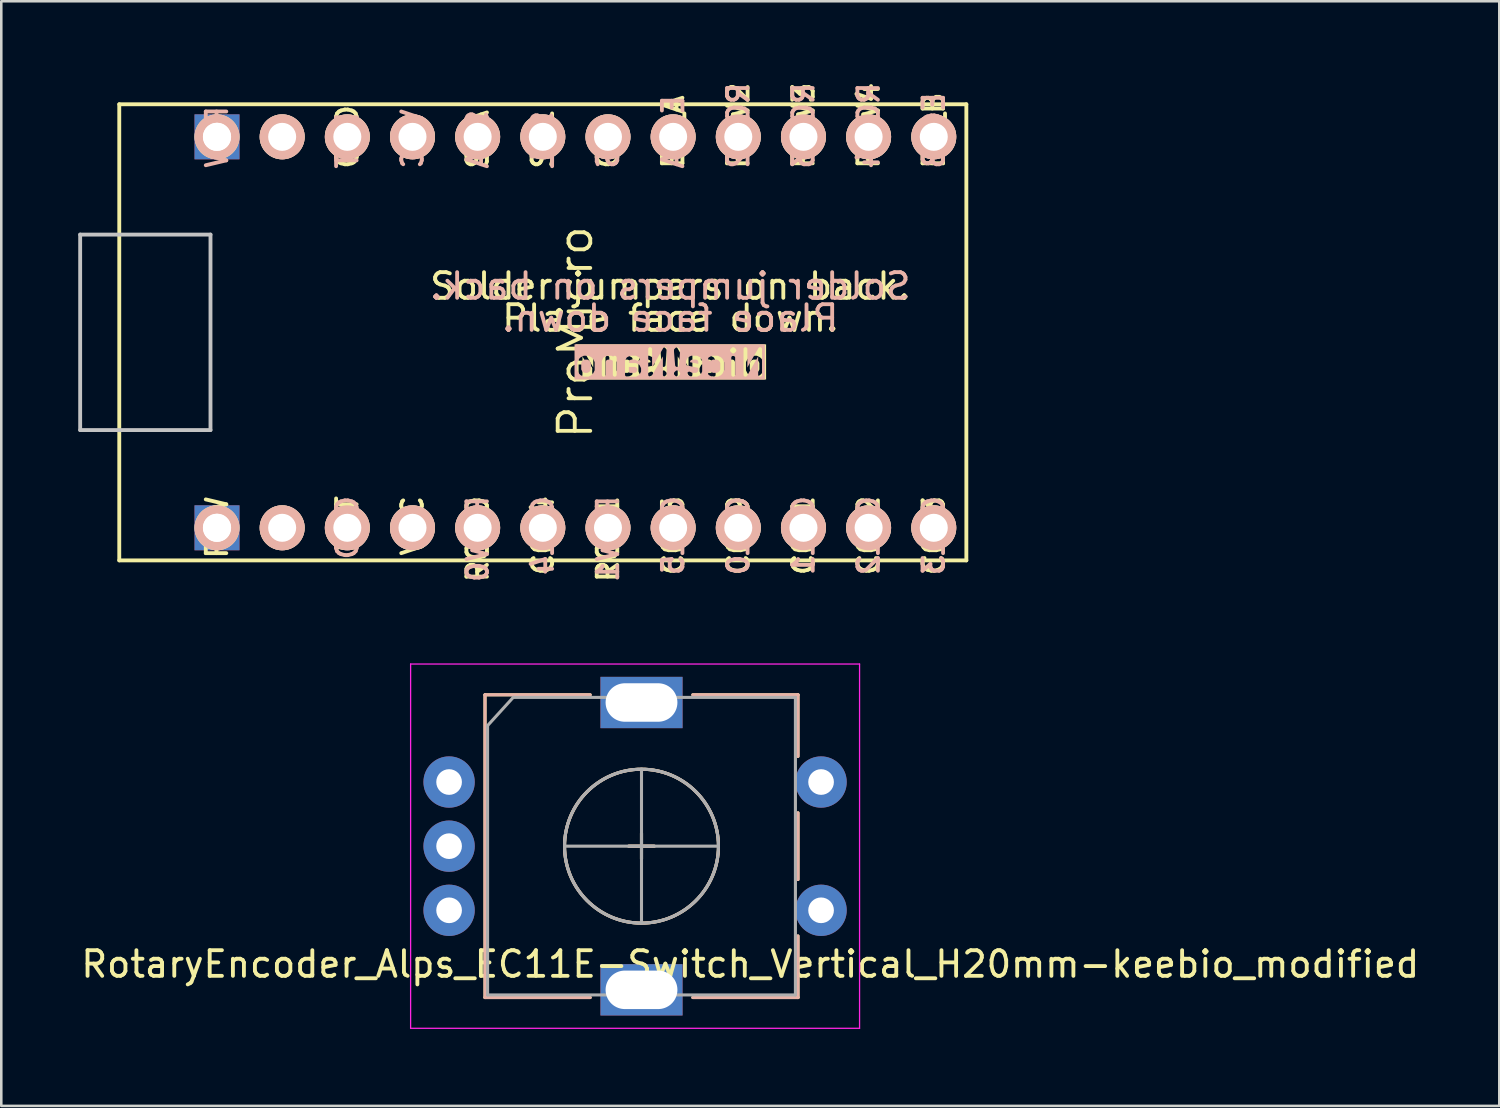
<source format=kicad_pcb>
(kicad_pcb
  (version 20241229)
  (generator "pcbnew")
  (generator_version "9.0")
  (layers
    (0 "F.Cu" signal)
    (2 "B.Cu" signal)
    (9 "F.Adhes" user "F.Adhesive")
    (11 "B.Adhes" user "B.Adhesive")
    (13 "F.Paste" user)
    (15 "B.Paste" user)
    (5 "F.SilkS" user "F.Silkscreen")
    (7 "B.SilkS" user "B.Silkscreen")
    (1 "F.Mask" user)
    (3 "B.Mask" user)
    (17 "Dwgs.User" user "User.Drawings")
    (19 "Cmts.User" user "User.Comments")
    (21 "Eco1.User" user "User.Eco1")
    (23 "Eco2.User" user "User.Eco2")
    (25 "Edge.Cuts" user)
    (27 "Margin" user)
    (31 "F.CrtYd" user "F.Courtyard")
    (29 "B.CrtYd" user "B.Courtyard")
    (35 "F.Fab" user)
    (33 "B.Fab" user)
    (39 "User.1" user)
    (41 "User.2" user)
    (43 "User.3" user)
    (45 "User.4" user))
  (footprint "ProMicro"
    (layer "F.Cu")
    (at 19.379 9.904)
    (property "Reference" "ProMicro" (at 0 0 90) (layer "F.SilkS") (effects (font (size 1.27 1.27) (thickness 0.15))))
    (attr through_hole)
    (fp_line (start -17.78 -8.89) (end -17.78 8.89) (stroke (width 0.15) (type solid)) (layer "F.SilkS"))
    (fp_line (start -17.78 8.89) (end 15.24 8.89) (stroke (width 0.15) (type solid)) (layer "F.SilkS"))
    (fp_line (start 15.24 -8.89) (end -17.78 -8.89) (stroke (width 0.15) (type solid)) (layer "F.SilkS"))
    (fp_line (start 15.24 8.89) (end 15.24 -8.89) (stroke (width 0.15) (type solid)) (layer "F.SilkS"))
    (fp_line (start -19.304 -3.81) (end -14.224 -3.81) (stroke (width 0.15) (type solid)) (layer "Dwgs.User"))
    (fp_line (start -19.304 3.81) (end -19.304 -3.81) (stroke (width 0.15) (type solid)) (layer "Dwgs.User"))
    (fp_line (start -14.224 -3.81) (end -14.224 3.81) (stroke (width 0.15) (type solid)) (layer "Dwgs.User"))
    (fp_line (start -14.224 3.81) (end -19.304 3.81) (stroke (width 0.15) (type solid)) (layer "Dwgs.User"))
    (fp_text user "RAW" (at -13.97 6.3 90) (layer "F.SilkS") (effects (font (size 0.8 0.8) (thickness 0.15)) (justify right)))
    (fp_text user "VCC" (at -6.35 6.3 90) (layer "F.SilkS") (effects (font (size 0.8 0.8) (thickness 0.15)) (justify right)))
    (fp_text user "COL4" (at -1.27 6.3 90) (layer "F.SilkS") (effects (font (size 0.8 0.8) (thickness 0.15)) (justify right)))
    (fp_text user "COL9" (at 6.35 6.3 90) (layer "F.SilkS") (effects (font (size 0.8 0.8) (thickness 0.15)) (justify right)))
    (fp_text user "COL3" (at 13.97 6.3 90) (layer "F.SilkS") (effects (font (size 0.8 0.8) (thickness 0.15)) (justify right)))
    (fp_text user "COL5" (at 3.81 6.3 90) (layer "F.SilkS") (effects (font (size 0.8 0.8) (thickness 0.15)) (justify right)))
    (fp_text user "ROW1" (at 1.27 6.3 90) (layer "F.SilkS") (effects (font (size 0.8 0.8) (thickness 0.15)) (justify right)))
    (fp_text user "ROW3" (at 8.89 -6.3 90) (layer "F.SilkS") (effects (font (size 0.8 0.8) (thickness 0.15)) (justify left)))
    (fp_text user "Place face down." (at 3.7 -0.55 0) (layer "F.SilkS") (effects (font (size 1 1) (thickness 0.15))))
    (fp_text user "EC_B" (at 13.97 -6.3 90) (layer "F.SilkS") (effects (font (size 0.8 0.8) (thickness 0.15)) (justify left)))
    (fp_text user "ROW4" (at 11.43 -6.3 90) (layer "F.SilkS") (effects (font (size 0.8 0.8) (thickness 0.15)) (justify left)))
    (fp_text user "COL2" (at 11.43 6.3 90) (layer "F.SilkS") (effects (font (size 0.8 0.8) (thickness 0.15)) (justify right)))
    (fp_text user "ROW2" (at 6.35 -6.3 90) (layer "F.SilkS") (effects (font (size 0.8 0.8) (thickness 0.15)) (justify left)))
    (fp_text user "RST" (at -8.89 6.3 90) (layer "F.SilkS") (effects (font (size 0.8 0.8) (thickness 0.15)) (justify right)))
    (fp_text user "ROW0" (at -3.81 6.3 90) (layer "F.SilkS") (effects (font (size 0.8 0.8) (thickness 0.15)) (justify right)))
    (fp_text user "CS" (at 1.27 -6.3 90) (layer "F.SilkS") (effects (font (size 0.8 0.8) (thickness 0.15)) (justify left)))
    (fp_text user "SCL" (at -1.27 -6.3 90) (layer "F.SilkS") (effects (font (size 0.8 0.8) (thickness 0.15)) (justify left)))
    (fp_text user "Nice!Nano" (at 3.7 1.2 0) (layer "F.SilkS" knockout) (effects (font (size 1 1) (thickness 0.15))))
    (fp_text user "Solder jumpers on back." (at 3.7 -1.8 0) (layer "F.SilkS") (effects (font (size 1 1) (thickness 0.15))))
    (fp_text user "COL1" (at 8.89 6.3 90) (layer "F.SilkS") (effects (font (size 0.8 0.8) (thickness 0.15)) (justify right)))
    (fp_text user "EC_A" (at 3.81 -6.3 90) (layer "F.SilkS") (effects (font (size 0.8 0.8) (thickness 0.15)) (justify left)))
    (fp_text user "SDA" (at -3.81 -6.3 90) (layer "F.SilkS") (effects (font (size 0.8 0.8) (thickness 0.15)) (justify left)))
    (fp_text user "GND" (at -8.89 -6.3 90) (layer "F.SilkS") (effects (font (size 0.8 0.8) (thickness 0.15)) (justify left)))
    (fp_text user "RST" (at -8.89 -6.3 90) (layer "B.SilkS") (effects (font (size 0.8 0.8) (thickness 0.15)) (justify right mirror)))
    (fp_text user "SDA" (at -3.81 -6.3 90) (layer "B.SilkS") (effects (font (size 0.8 0.8) (thickness 0.15)) (justify right mirror)))
    (fp_text user "ROW3" (at 8.89 -6.3 90) (layer "B.SilkS") (effects (font (size 0.8 0.8) (thickness 0.15)) (justify right mirror)))
    (fp_text user "ROW0" (at -3.81 6.3 90) (layer "B.SilkS") (effects (font (size 0.8 0.8) (thickness 0.15)) (justify left mirror)))
    (fp_text user "Place face down." (at 3.7 -0.55 0) (layer "B.SilkS") (effects (font (size 1 1) (thickness 0.15)) (justify mirror)))
    (fp_text user "COL3" (at 13.97 6.3 90) (layer "B.SilkS") (effects (font (size 0.8 0.8) (thickness 0.15)) (justify left mirror)))
    (fp_text user "Nice!Nano" (at 3.7 1.2 0) (layer "B.SilkS" knockout) (effects (font (size 1 1) (thickness 0.15)) (justify mirror)))
    (fp_text user "GND" (at -8.89 6.3 90) (layer "B.SilkS") (effects (font (size 0.8 0.8) (thickness 0.15)) (justify left mirror)))
    (fp_text user "COL0" (at 6.35 6.3 90) (layer "B.SilkS") (effects (font (size 0.8 0.8) (thickness 0.15)) (justify left mirror)))
    (fp_text user "SCL" (at -1.27 -6.3 90) (layer "B.SilkS") (effects (font (size 0.8 0.8) (thickness 0.15)) (justify right mirror)))
    (fp_text user "RAW" (at -13.97 -6.3 90) (layer "B.SilkS") (effects (font (size 0.8 0.8) (thickness 0.15)) (justify right mirror)))
    (fp_text user "ROW2" (at 6.35 -6.3 90) (layer "B.SilkS") (effects (font (size 0.8 0.8) (thickness 0.15)) (justify right mirror)))
    (fp_text user "EC_A" (at 3.81 -6.3 90) (layer "B.SilkS") (effects (font (size 0.8 0.8) (thickness 0.15)) (justify right mirror)))
    (fp_text user "COL5" (at 3.81 6.3 90) (layer "B.SilkS") (effects (font (size 0.8 0.8) (thickness 0.15)) (justify left mirror)))
    (fp_text user "VCC" (at -6.35 -6.3 90) (layer "B.SilkS") (effects (font (size 0.8 0.8) (thickness 0.15)) (justify right mirror)))
    (fp_text user "COL4" (at -1.27 6.3 90) (layer "B.SilkS") (effects (font (size 0.8 0.8) (thickness 0.15)) (justify left mirror)))
    (fp_text user "COL1" (at 8.89 6.3 90) (layer "B.SilkS") (effects (font (size 0.8 0.8) (thickness 0.15)) (justify left mirror)))
    (fp_text user "COL2" (at 11.43 6.3 90) (layer "B.SilkS") (effects (font (size 0.8 0.8) (thickness 0.15)) (justify left mirror)))
    (fp_text user "ROW1" (at 1.27 6.3 90) (layer "B.SilkS") (effects (font (size 0.8 0.8) (thickness 0.15)) (justify left mirror)))
    (fp_text user "Solder jumpers on back." (at 3.7 -1.8 0) (layer "B.SilkS") (effects (font (size 1 1) (thickness 0.15)) (justify mirror)))
    (fp_text user "EC_B" (at 13.97 -6.3 90) (layer "B.SilkS") (effects (font (size 0.8 0.8) (thickness 0.15)) (justify right mirror)))
    (fp_text user "ROW4" (at 11.43 -6.3 90) (layer "B.SilkS") (effects (font (size 0.8 0.8) (thickness 0.15)) (justify right mirror)))
    (fp_text user "CS" (at 1.27 -6.3 90) (layer "B.SilkS") (effects (font (size 0.8 0.8) (thickness 0.15)) (justify right mirror)))
    (pad "" thru_hole rect (at -13.97 -7.62 180) (size 1.753 1.753) (drill 1.1) (layers "*.Cu" "B.Mask"))
    (pad "" thru_hole rect (at -13.97 7.62 180) (size 1.753 1.753) (drill 1.1) (layers "*.Cu" "F.Mask"))
    (pad "1" thru_hole circle (at -13.97 7.62 180) (size 1.753 1.753) (drill 1.092) (layers "*.Cu" "*.SilkS" "*.Mask"))
    (pad "2" thru_hole circle (at -11.43 7.62 90) (size 1.753 1.753) (drill 1.092) (layers "*.Cu" "*.SilkS" "*.Mask"))
    (pad "3" thru_hole circle (at -8.89 7.62 90) (size 1.753 1.753) (drill 1.092) (layers "*.Cu" "*.SilkS" "*.Mask"))
    (pad "4" thru_hole circle (at -6.35 7.62 90) (size 1.753 1.753) (drill 1.092) (layers "*.Cu" "*.SilkS" "*.Mask"))
    (pad "5" thru_hole circle (at -3.81 7.62 90) (size 1.753 1.753) (drill 1.092) (layers "*.Cu" "*.SilkS" "*.Mask"))
    (pad "6" thru_hole circle (at -1.27 7.62 90) (size 1.753 1.753) (drill 1.092) (layers "*.Cu" "*.SilkS" "*.Mask"))
    (pad "7" thru_hole circle (at 1.27 7.62 90) (size 1.753 1.753) (drill 1.092) (layers "*.Cu" "*.SilkS" "*.Mask"))
    (pad "8" thru_hole circle (at 3.81 7.62 90) (size 1.753 1.753) (drill 1.092) (layers "*.Cu" "*.SilkS" "*.Mask"))
    (pad "9" thru_hole circle (at 6.35 7.62 90) (size 1.753 1.753) (drill 1.092) (layers "*.Cu" "*.SilkS" "*.Mask"))
    (pad "10" thru_hole circle (at 8.89 7.62 90) (size 1.753 1.753) (drill 1.092) (layers "*.Cu" "*.SilkS" "*.Mask"))
    (pad "11" thru_hole circle (at 11.43 7.62 90) (size 1.753 1.753) (drill 1.092) (layers "*.Cu" "*.SilkS" "*.Mask"))
    (pad "12" thru_hole circle (at 13.97 7.62 90) (size 1.753 1.753) (drill 1.092) (layers "*.Cu" "*.SilkS" "*.Mask"))
    (pad "13" thru_hole circle (at -13.97 -7.62 90) (size 1.753 1.753) (drill 1.092) (layers "*.Cu" "*.SilkS" "*.Mask"))
    (pad "14" thru_hole circle (at -11.43 -7.62 90) (size 1.753 1.753) (drill 1.092) (layers "*.Cu" "*.SilkS" "*.Mask"))
    (pad "15" thru_hole circle (at -8.89 -7.62 90) (size 1.753 1.753) (drill 1.092) (layers "*.Cu" "*.SilkS" "*.Mask"))
    (pad "16" thru_hole circle (at -6.35 -7.62 90) (size 1.753 1.753) (drill 1.092) (layers "*.Cu" "*.SilkS" "*.Mask"))
    (pad "17" thru_hole circle (at -3.81 -7.62 90) (size 1.753 1.753) (drill 1.092) (layers "*.Cu" "*.SilkS" "*.Mask"))
    (pad "18" thru_hole circle (at -1.27 -7.62 270) (size 1.753 1.753) (drill 1.092) (layers "*.Cu" "*.SilkS" "*.Mask"))
    (pad "19" thru_hole circle (at 1.27 -7.62 270) (size 1.753 1.753) (drill 1.092) (layers "*.Cu" "*.SilkS" "*.Mask"))
    (pad "20" thru_hole circle (at 3.81 -7.62 270) (size 1.753 1.753) (drill 1.092) (layers "*.Cu" "*.SilkS" "*.Mask"))
    (pad "21" thru_hole circle (at 6.35 -7.62 90) (size 1.753 1.753) (drill 1.092) (layers "*.Cu" "*.SilkS" "*.Mask"))
    (pad "22" thru_hole circle (at 8.89 -7.62 270) (size 1.753 1.753) (drill 1.092) (layers "*.Cu" "*.SilkS" "*.Mask"))
    (pad "23" thru_hole circle (at 11.43 -7.62 270) (size 1.753 1.753) (drill 1.092) (layers "*.Cu" "*.SilkS" "*.Mask"))
    (pad "24" thru_hole circle (at 13.97 -7.62 90) (size 1.753 1.753) (drill 1.092) (layers "*.Cu" "*.SilkS" "*.Mask")))
  (footprint "RotaryEncoder_Alps_EC11E-Switch_Vertical_H20mm-keebio_modified"
    (layer "F.Cu")
    (at 21.956 29.934)
    (property "Reference" "RotaryEncoder_Alps_EC11E-Switch_Vertical_H20mm-keebio_modified" (at 4.24 4.6 0) (layer "F.SilkS") (effects (font (size 1 1) (thickness 0.15))))
    (attr through_hole)
    (fp_line (start -6.1 -5.9) (end -6.1 5.9) (stroke (width 0.12) (type solid)) (layer "F.SilkS"))
    (fp_line (start -2 -5.9) (end -6.1 -5.9) (stroke (width 0.12) (type solid)) (layer "F.SilkS"))
    (fp_line (start -2 5.9) (end -6.1 5.9) (stroke (width 0.12) (type solid)) (layer "F.SilkS"))
    (fp_line (start -0.5 0) (end 0.5 0) (stroke (width 0.12) (type solid)) (layer "F.SilkS"))
    (fp_line (start 0 -0.5) (end 0 0.5) (stroke (width 0.12) (type solid)) (layer "F.SilkS"))
    (fp_line (start 2 -5.9) (end 6.1 -5.9) (stroke (width 0.12) (type solid)) (layer "F.SilkS"))
    (fp_line (start 6.1 -5.9) (end 6.1 -3.5) (stroke (width 0.12) (type solid)) (layer "F.SilkS"))
    (fp_line (start 6.1 -1.3) (end 6.1 1.3) (stroke (width 0.12) (type solid)) (layer "F.SilkS"))
    (fp_line (start 6.1 3.5) (end 6.1 5.9) (stroke (width 0.12) (type solid)) (layer "F.SilkS"))
    (fp_line (start 6.1 5.9) (end 2 5.9) (stroke (width 0.12) (type solid)) (layer "F.SilkS"))
    (fp_circle (center 0 0) (end 3 0) (stroke (width 0.12) (type solid)) (fill no) (layer "F.SilkS"))
    (fp_line (start -6.1 -5.9) (end -6.1 5.9) (stroke (width 0.12) (type solid)) (layer "B.SilkS"))
    (fp_line (start -2 -5.9) (end -6.1 -5.9) (stroke (width 0.12) (type solid)) (layer "B.SilkS"))
    (fp_line (start -2 5.9) (end -6.1 5.9) (stroke (width 0.12) (type solid)) (layer "B.SilkS"))
    (fp_line (start -0.5 0) (end 0.5 0) (stroke (width 0.12) (type solid)) (layer "B.SilkS"))
    (fp_line (start 0 -0.5) (end 0 0.5) (stroke (width 0.12) (type solid)) (layer "B.SilkS"))
    (fp_line (start 2 -5.9) (end 6.1 -5.9) (stroke (width 0.12) (type solid)) (layer "B.SilkS"))
    (fp_line (start 6.1 -5.9) (end 6.1 -3.5) (stroke (width 0.12) (type solid)) (layer "B.SilkS"))
    (fp_line (start 6.1 -1.3) (end 6.1 1.3) (stroke (width 0.12) (type solid)) (layer "B.SilkS"))
    (fp_line (start 6.1 3.5) (end 6.1 5.9) (stroke (width 0.12) (type solid)) (layer "B.SilkS"))
    (fp_line (start 6.1 5.9) (end 2 5.9) (stroke (width 0.12) (type solid)) (layer "B.SilkS"))
    (fp_circle (center 0 0) (end 3 0) (stroke (width 0.12) (type solid)) (fill no) (layer "B.SilkS"))
    (fp_line (start -9 -7.1) (end -9 7.1) (stroke (width 0.05) (type solid)) (layer "F.CrtYd"))
    (fp_line (start -9 -7.1) (end 8.5 -7.1) (stroke (width 0.05) (type solid)) (layer "F.CrtYd"))
    (fp_line (start 8.5 7.1) (end -9 7.1) (stroke (width 0.05) (type solid)) (layer "F.CrtYd"))
    (fp_line (start 8.5 7.1) (end 8.5 -7.1) (stroke (width 0.05) (type solid)) (layer "F.CrtYd"))
    (fp_line (start -6 -4.7) (end -5 -5.8) (stroke (width 0.12) (type solid)) (layer "F.Fab"))
    (fp_line (start -6 5.8) (end -6 -4.7) (stroke (width 0.12) (type solid)) (layer "F.Fab"))
    (fp_line (start -5 -5.8) (end 6 -5.8) (stroke (width 0.12) (type solid)) (layer "F.Fab"))
    (fp_line (start -3 0) (end 3 0) (stroke (width 0.12) (type solid)) (layer "F.Fab"))
    (fp_line (start 0 -3) (end 0 3) (stroke (width 0.12) (type solid)) (layer "F.Fab"))
    (fp_line (start 6 -5.8) (end 6 5.8) (stroke (width 0.12) (type solid)) (layer "F.Fab"))
    (fp_line (start 6 5.8) (end -6 5.8) (stroke (width 0.12) (type solid)) (layer "F.Fab"))
    (fp_circle (center 0 0) (end 3 0) (stroke (width 0.12) (type solid)) (fill no) (layer "F.Fab"))
    (pad "A" thru_hole circle (at -7.5 -2.5) (size 2 2) (drill 1) (layers "*.Cu" "*.Mask"))
    (pad "B" thru_hole circle (at -7.5 2.5) (size 2 2) (drill 1) (layers "*.Cu" "*.Mask"))
    (pad "C" thru_hole circle (at -7.5 0) (size 2 2) (drill 1) (layers "*.Cu" "*.Mask"))
    (pad "MP" thru_hole rect (at 0 -5.6) (size 3.2 2) (drill oval 2.8 1.5) (layers "*.Cu" "*.Mask"))
    (pad "MP" thru_hole rect (at 0 5.6) (size 3.2 2) (drill oval 2.8 1.5) (layers "*.Cu" "*.Mask"))
    (pad "S1" thru_hole circle (at 7 2.5) (size 2 2) (drill 1) (layers "*.Cu" "*.Mask"))
    (pad "S2" thru_hole circle (at 7 -2.5) (size 2 2) (drill 1) (layers "*.Cu" "*.Mask")))
  (gr_rect
    (start -3 -3)
    (end 55.393 40.059)
    (stroke (width 0.1) (type default))
    (fill no)
    (layer "Edge.Cuts")))
</source>
